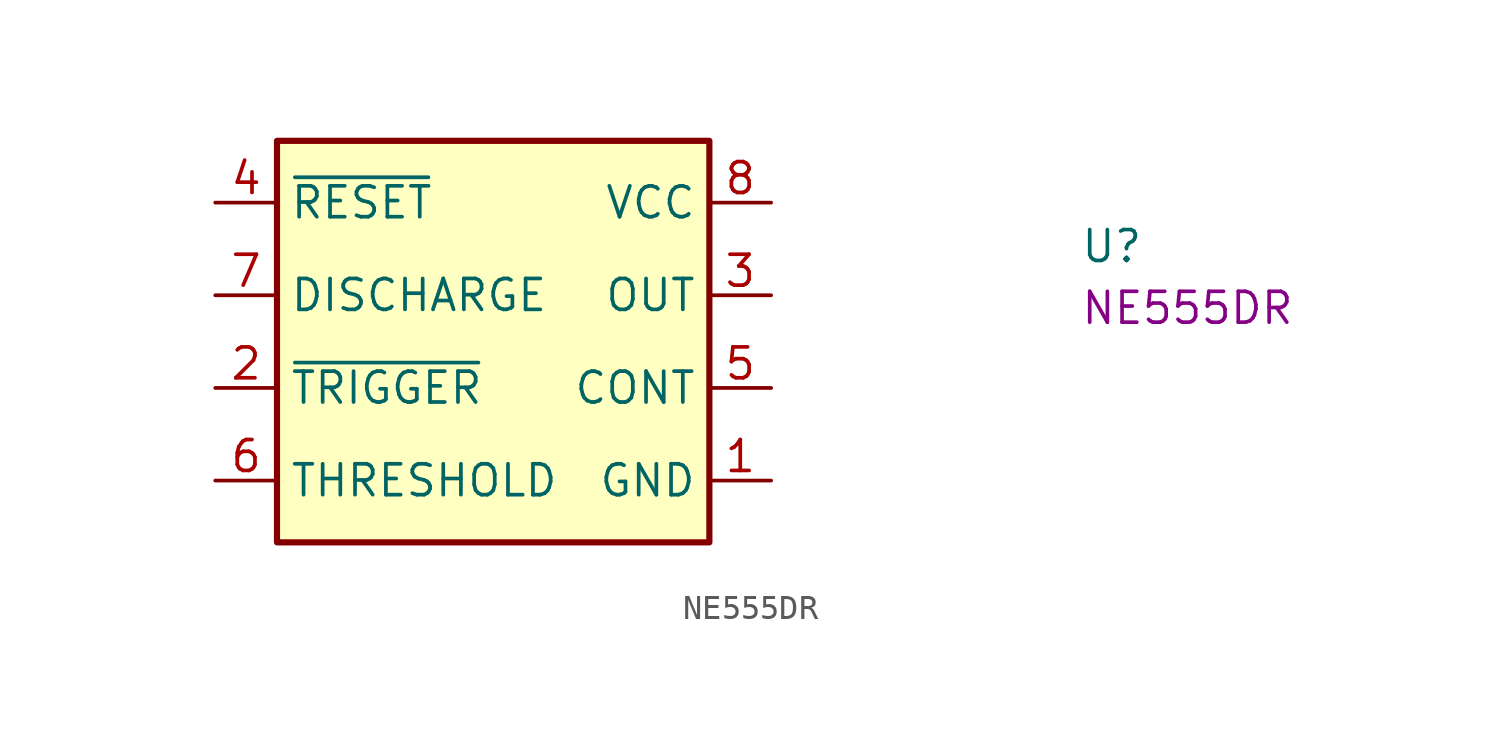
<source format=kicad_sym>
(kicad_symbol_lib
  (version 20220914)
  (generator kicad_symbol_editor)
  (symbol "NE555DR"
    (property "Reference" "U"
      (at 35.56 -2.54 0)
      (effects (font (size 1.27 1.27) (thickness 0.15)) (justify left bottom)))
    (property "MPN" "NE555DR"
      (at 35.56 -5.08 0)
      (effects (font (size 1.27 1.27) (thickness 0.15)) (justify left bottom)))
    (symbol "NE555DR_1_1"
      (rectangle (start 2.54 2.54) (end 20.32 -13.97) (stroke (width 0.254) (type default)) (fill (type background)))
      (pin power_in line (at 22.86 -11.43 180) (length 2.54) (name "GND" (effects (font (size 1.27 1.27)))) (number "1" (effects (font (size 1.27 1.27)))))
      (pin input line (at 0 -7.62 0) (length 2.54) (name "~{TRIGGER}" (effects (font (size 1.27 1.27)))) (number "2" (effects (font (size 1.27 1.27)))))
      (pin output line (at 22.86 -3.81 180) (length 2.54) (name "OUT" (effects (font (size 1.27 1.27)))) (number "3" (effects (font (size 1.27 1.27)))))
      (pin input line (at 0 0 0) (length 2.54) (name "~{RESET}" (effects (font (size 1.27 1.27)))) (number "4" (effects (font (size 1.27 1.27)))))
      (pin input line (at 22.86 -7.62 180) (length 2.54) (name "CONT" (effects (font (size 1.27 1.27)))) (number "5" (effects (font (size 1.27 1.27)))))
      (pin input line (at 0 -11.43 0) (length 2.54) (name "THRESHOLD" (effects (font (size 1.27 1.27)))) (number "6" (effects (font (size 1.27 1.27)))))
      (pin output line (at 0 -3.81 0) (length 2.54) (name "DISCHARGE" (effects (font (size 1.27 1.27)))) (number "7" (effects (font (size 1.27 1.27)))))
      (pin power_in line (at 22.86 0 180) (length 2.54) (name "VCC" (effects (font (size 1.27 1.27)))) (number "8" (effects (font (size 1.27 1.27))))))))
</source>
